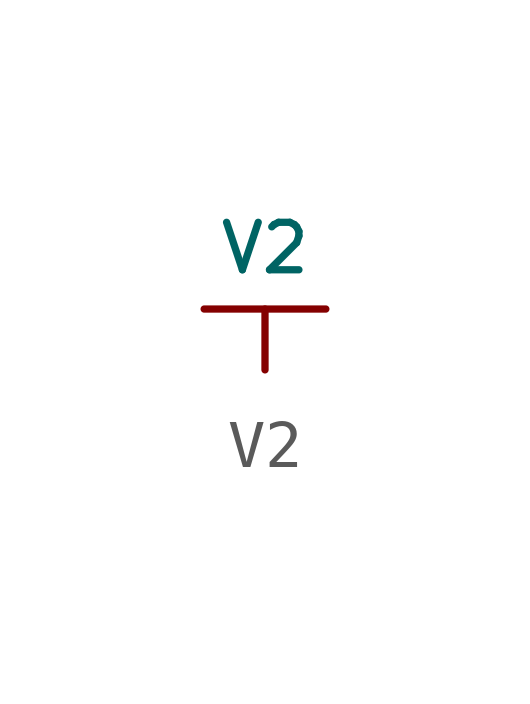
<source format=kicad_sym>
(kicad_symbol_lib
  (version 20220914)
  (generator kicad_symbol_editor)
  (symbol "V2"
    (power)
    (pin_numbers hide)
    (pin_names
      (offset 0) hide)
    (property "Reference" "#PWR"
      (at 0 -2.54 0)
      (effects (font (size 1.524 1.524)) hide))
    (property "Value" "V2"
      (at 0 1.27 0)
      (effects (font (size 0.991 0.991))))
    (property "Footprint" ""
      (at 0 0 0)
      (effects (font (size 1.524 1.524))))
    (property "Datasheet" ""
      (at 0 0 0)
      (effects (font (size 1.524 1.524))))
    (symbol "V2_0_1"
      (polyline (pts (xy -1.27 0) (xy 1.27 0)) (stroke (width 0) (type default)) (fill (type none))))
    (symbol "V2_1_1"
      (pin power_in line (at 0 -1.27 90) (length 1.27) (name "V2" (effects (font (size 1.27 1.27)))) (number "1" (effects (font (size 1.27 1.27))))))))
</source>
